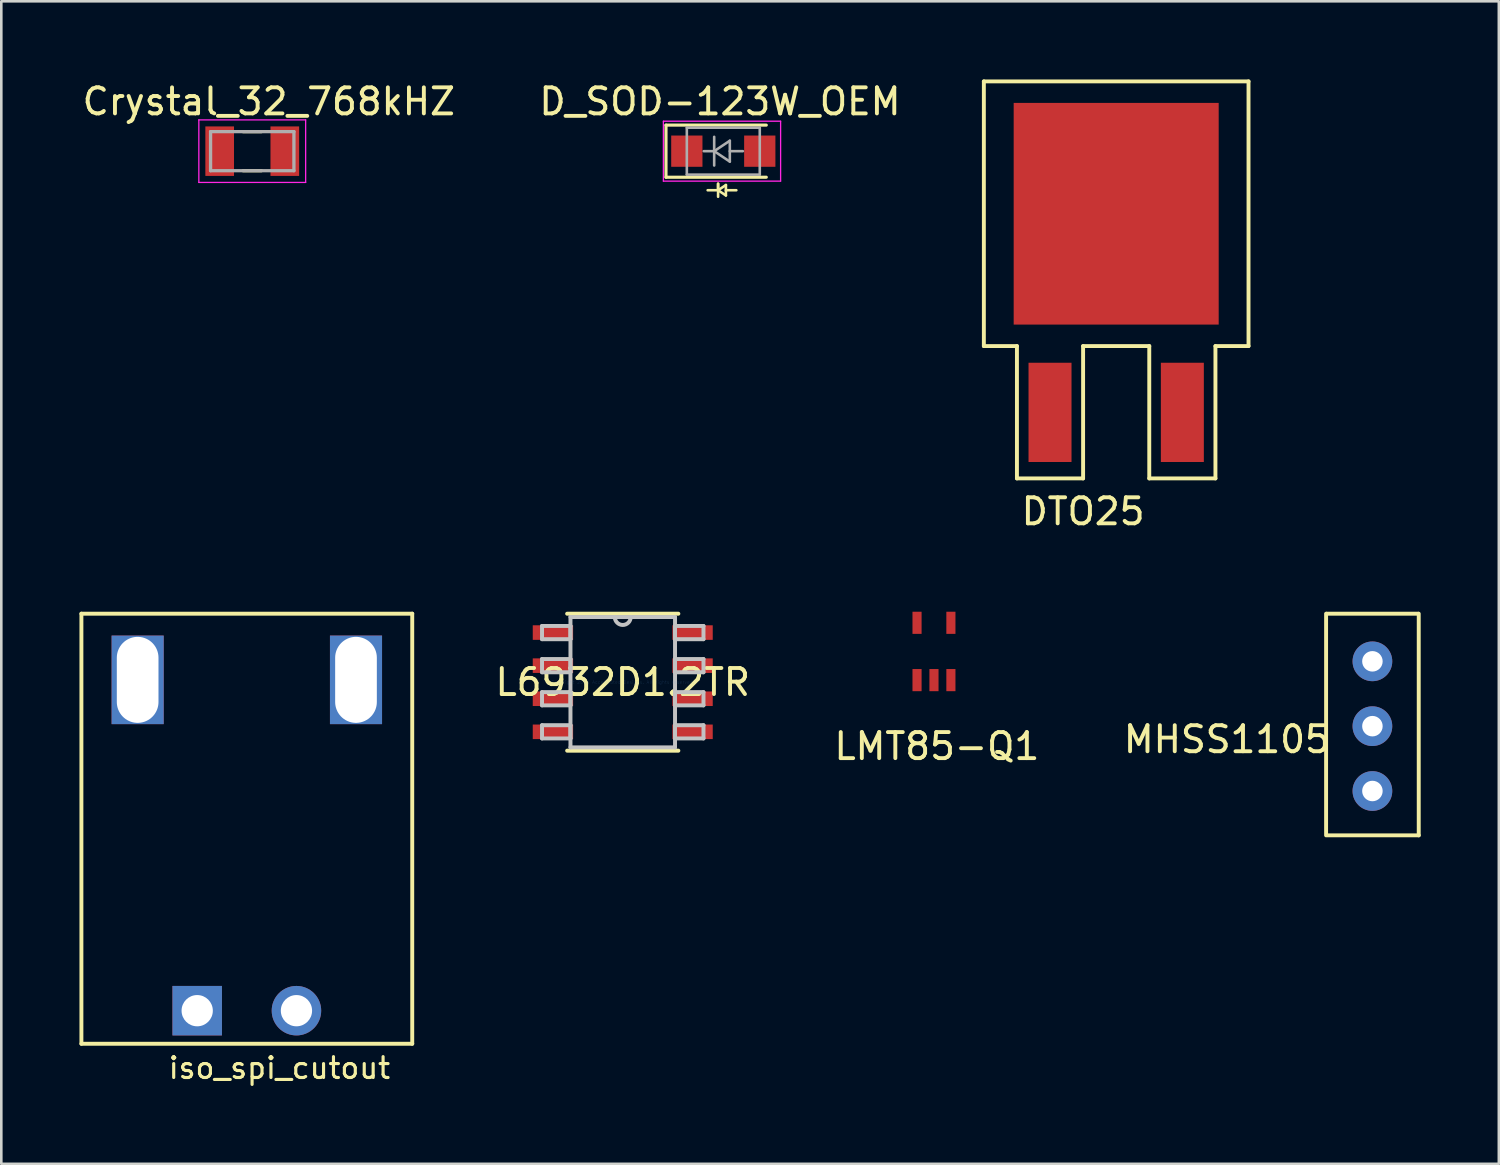
<source format=kicad_pcb>
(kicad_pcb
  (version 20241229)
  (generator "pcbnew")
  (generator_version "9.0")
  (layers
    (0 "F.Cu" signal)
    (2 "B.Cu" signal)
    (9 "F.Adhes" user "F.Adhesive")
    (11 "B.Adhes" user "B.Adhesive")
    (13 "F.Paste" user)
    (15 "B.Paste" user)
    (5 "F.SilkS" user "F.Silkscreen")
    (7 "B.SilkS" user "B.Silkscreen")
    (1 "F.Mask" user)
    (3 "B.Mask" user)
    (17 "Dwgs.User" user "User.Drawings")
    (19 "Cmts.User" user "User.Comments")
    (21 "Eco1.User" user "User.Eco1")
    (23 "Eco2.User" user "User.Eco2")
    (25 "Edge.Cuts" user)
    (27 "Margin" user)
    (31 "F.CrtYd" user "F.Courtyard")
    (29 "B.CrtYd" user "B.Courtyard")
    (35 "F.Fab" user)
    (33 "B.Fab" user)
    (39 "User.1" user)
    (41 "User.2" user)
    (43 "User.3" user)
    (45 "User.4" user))
  (footprint "iso_spi_cutout"
    (layer "F.Cu")
    (at 6.425 35.748)
    (property "Reference" "iso_spi_cutout" (at 1.25 2.2 0) (layer "F.SilkS") (effects (font (size 0.8 0.8) (thickness 0.12))))
    (attr through_hole)
    (fp_line (start -6.35 -15.24) (end 6.35 -15.24) (stroke (width 0.15) (type solid)) (layer "F.SilkS"))
    (fp_line (start -6.35 1.27) (end -6.35 -15.24) (stroke (width 0.15) (type solid)) (layer "F.SilkS"))
    (fp_line (start 6.35 -15.24) (end 6.35 1.27) (stroke (width 0.15) (type solid)) (layer "F.SilkS"))
    (fp_line (start 6.35 1.27) (end -6.35 1.27) (stroke (width 0.15) (type solid)) (layer "F.SilkS"))
    (pad "" np_thru_hole rect (at -4.191 -12.7) (size 2 3.4) (drill oval 1.6 3.302) (layers "*.Cu" "*.Mask"))
    (pad "" np_thru_hole rect (at 4.191 -12.7) (size 2 3.4) (drill oval 1.6 3.302) (layers "*.Cu" "*.Mask"))
    (pad "1" thru_hole rect (at -1.905 0) (size 1.9 1.9) (drill 1.2) (layers "*.Cu" "*.Mask"))
    (pad "2" thru_hole circle (at 1.905 0) (size 1.9 1.9) (drill 1.2) (layers "*.Cu" "*.Mask")))
  (footprint "DTO25"
    (layer "F.Cu")
    (at 39.798 5.155)
    (property "Reference" "DTO25" (at -1.27 11.43 0) (layer "F.SilkS") (effects (font (size 1 1) (thickness 0.15))))
    (attr through_hole)
    (fp_line (start -5.08 -5.08) (end 5.08 -5.08) (stroke (width 0.15) (type solid)) (layer "F.SilkS"))
    (fp_line (start -5.08 5.08) (end -5.08 -5.08) (stroke (width 0.15) (type solid)) (layer "F.SilkS"))
    (fp_line (start -3.81 5.08) (end -5.08 5.08) (stroke (width 0.15) (type solid)) (layer "F.SilkS"))
    (fp_line (start -3.81 10.16) (end -3.81 5.08) (stroke (width 0.15) (type solid)) (layer "F.SilkS"))
    (fp_line (start -1.27 5.08) (end -1.27 10.16) (stroke (width 0.15) (type solid)) (layer "F.SilkS"))
    (fp_line (start -1.27 10.16) (end -3.81 10.16) (stroke (width 0.15) (type solid)) (layer "F.SilkS"))
    (fp_line (start 1.27 5.08) (end -1.27 5.08) (stroke (width 0.15) (type solid)) (layer "F.SilkS"))
    (fp_line (start 1.27 10.16) (end 1.27 5.08) (stroke (width 0.15) (type solid)) (layer "F.SilkS"))
    (fp_line (start 3.81 5.08) (end 3.81 10.16) (stroke (width 0.15) (type solid)) (layer "F.SilkS"))
    (fp_line (start 3.81 10.16) (end 1.27 10.16) (stroke (width 0.15) (type solid)) (layer "F.SilkS"))
    (fp_line (start 5.08 -5.08) (end 5.08 5.08) (stroke (width 0.15) (type solid)) (layer "F.SilkS"))
    (fp_line (start 5.08 5.08) (end 3.81 5.08) (stroke (width 0.15) (type solid)) (layer "F.SilkS"))
    (pad "1" smd rect (at 0 0) (size 7.87 8.51) (layers "F.Cu" "F.Mask" "F.Paste"))
    (pad "2" smd rect (at 2.54 7.625) (size 1.65 3.81) (layers "F.Cu" "F.Mask" "F.Paste"))
    (pad "3" smd rect (at -2.54 7.625) (size 1.65 3.81) (layers "F.Cu" "F.Mask" "F.Paste")))
  (footprint "LMT85-Q1"
    (layer "F.Cu")
    (at 32.153 23.058)
    (property "Reference" "LMT85-Q1" (at 0.762 2.54 0) (layer "F.SilkS") (effects (font (size 1 1) (thickness 0.15))))
    (attr through_hole)
    (pad "1" smd rect (at 0 -2.2) (size 0.35 0.85) (layers "F.Cu" "F.Mask" "F.Paste"))
    (pad "2" smd rect (at 0 0) (size 0.35 0.85) (layers "F.Cu" "F.Mask" "F.Paste"))
    (pad "3" smd rect (at 0.65 0) (size 0.35 0.85) (layers "F.Cu" "F.Mask" "F.Paste"))
    (pad "4" smd rect (at 1.3 0) (size 0.35 0.85) (layers "F.Cu" "F.Mask" "F.Paste"))
    (pad "5" smd rect (at 1.3 -2.2) (size 0.35 0.85) (layers "F.Cu" "F.Mask" "F.Paste")))
  (footprint "D_SOD-123W_OEM"
    (layer "F.Cu")
    (at 24.716 2.753)
    (property "Reference" "D_SOD-123W_OEM" (at -0.127 -1.905 0) (layer "F.SilkS") (effects (font (size 1 1) (thickness 0.15))))
    (attr smd)
    (fp_line (start -2.2 -1) (end -2.2 1) (stroke (width 0.12) (type solid)) (layer "F.SilkS"))
    (fp_line (start -2.2 -1) (end 1.65 -1) (stroke (width 0.12) (type solid)) (layer "F.SilkS"))
    (fp_line (start -2.2 1) (end 1.65 1) (stroke (width 0.12) (type solid)) (layer "F.SilkS"))
    (fp_line (start -0.6 1.5) (end -0.2 1.5) (stroke (width 0.1) (type solid)) (layer "F.SilkS"))
    (fp_line (start -0.2 1.25) (end -0.2 1.75) (stroke (width 0.1) (type solid)) (layer "F.SilkS"))
    (fp_line (start -0.2 1.5) (end -0.2 1.25) (stroke (width 0.1) (type solid)) (layer "F.SilkS"))
    (fp_line (start -0.2 1.5) (end 0.1 1.3) (stroke (width 0.1) (type solid)) (layer "F.SilkS"))
    (fp_line (start 0.1 1.3) (end 0.1 1.7) (stroke (width 0.1) (type solid)) (layer "F.SilkS"))
    (fp_line (start 0.1 1.5) (end 0.5 1.5) (stroke (width 0.1) (type solid)) (layer "F.SilkS"))
    (fp_line (start 0.1 1.7) (end -0.2 1.5) (stroke (width 0.1) (type solid)) (layer "F.SilkS"))
    (fp_line (start -2.3 -1.15) (end -2.3 1.15) (stroke (width 0.05) (type solid)) (layer "F.CrtYd"))
    (fp_line (start -2.3 -1.15) (end 2.2 -1.15) (stroke (width 0.05) (type solid)) (layer "F.CrtYd"))
    (fp_line (start 2.2 -1.15) (end 2.2 1.15) (stroke (width 0.05) (type solid)) (layer "F.CrtYd"))
    (fp_line (start 2.2 1.15) (end -2.3 1.15) (stroke (width 0.05) (type solid)) (layer "F.CrtYd"))
    (fp_line (start -1.4 -0.9) (end 1.4 -0.9) (stroke (width 0.1) (type solid)) (layer "F.Fab"))
    (fp_line (start -1.4 0.9) (end -1.4 -0.9) (stroke (width 0.1) (type solid)) (layer "F.Fab"))
    (fp_line (start -0.75 0) (end -0.35 0) (stroke (width 0.1) (type solid)) (layer "F.Fab"))
    (fp_line (start -0.35 0) (end -0.35 -0.55) (stroke (width 0.1) (type solid)) (layer "F.Fab"))
    (fp_line (start -0.35 0) (end -0.35 0.55) (stroke (width 0.1) (type solid)) (layer "F.Fab"))
    (fp_line (start -0.35 0) (end 0.25 -0.4) (stroke (width 0.1) (type solid)) (layer "F.Fab"))
    (fp_line (start 0.25 -0.4) (end 0.25 0.4) (stroke (width 0.1) (type solid)) (layer "F.Fab"))
    (fp_line (start 0.25 0) (end 0.75 0) (stroke (width 0.1) (type solid)) (layer "F.Fab"))
    (fp_line (start 0.25 0.4) (end -0.35 0) (stroke (width 0.1) (type solid)) (layer "F.Fab"))
    (fp_line (start 1.4 -0.9) (end 1.4 0.9) (stroke (width 0.1) (type solid)) (layer "F.Fab"))
    (fp_line (start 1.4 0.9) (end -1.4 0.9) (stroke (width 0.1) (type solid)) (layer "F.Fab"))
    (pad "1" smd rect (at -1.4 0) (size 1.2 1.2) (layers "F.Cu" "F.Mask" "F.Paste"))
    (pad "2" smd rect (at 1.4 0) (size 1.2 1.2) (layers "F.Cu" "F.Mask" "F.Paste")))
  (footprint "L6932D1.2TR"
    (layer "F.Cu")
    (at 20.856 23.138)
    (property "Reference" "L6932D1.2TR" (at 0 0 0) (layer "F.SilkS") (effects (font (size 1 1) (thickness 0.15))))
    (attr through_hole)
    (fp_line (start -2.134 2.629) (end 2.134 2.629) (stroke (width 0.152) (type solid)) (layer "F.SilkS"))
    (fp_line (start 2.134 -2.629) (end -2.134 -2.629) (stroke (width 0.152) (type solid)) (layer "F.SilkS"))
    (fp_line (start -3.099 -2.159) (end -3.099 -1.651) (stroke (width 0.152) (type solid)) (layer "Dwgs.User"))
    (fp_line (start -3.099 -1.651) (end -2.007 -1.651) (stroke (width 0.152) (type solid)) (layer "Dwgs.User"))
    (fp_line (start -3.099 -0.889) (end -3.099 -0.381) (stroke (width 0.152) (type solid)) (layer "Dwgs.User"))
    (fp_line (start -3.099 -0.381) (end -2.007 -0.381) (stroke (width 0.152) (type solid)) (layer "Dwgs.User"))
    (fp_line (start -3.099 0.381) (end -3.099 0.889) (stroke (width 0.152) (type solid)) (layer "Dwgs.User"))
    (fp_line (start -3.099 0.889) (end -2.007 0.889) (stroke (width 0.152) (type solid)) (layer "Dwgs.User"))
    (fp_line (start -3.099 1.651) (end -3.099 2.159) (stroke (width 0.152) (type solid)) (layer "Dwgs.User"))
    (fp_line (start -3.099 2.159) (end -2.007 2.159) (stroke (width 0.152) (type solid)) (layer "Dwgs.User"))
    (fp_line (start -2.007 -2.502) (end -2.007 2.502) (stroke (width 0.152) (type solid)) (layer "Dwgs.User"))
    (fp_line (start -2.007 -2.159) (end -3.099 -2.159) (stroke (width 0.152) (type solid)) (layer "Dwgs.User"))
    (fp_line (start -2.007 -1.651) (end -2.007 -2.159) (stroke (width 0.152) (type solid)) (layer "Dwgs.User"))
    (fp_line (start -2.007 -0.889) (end -3.099 -0.889) (stroke (width 0.152) (type solid)) (layer "Dwgs.User"))
    (fp_line (start -2.007 -0.381) (end -2.007 -0.889) (stroke (width 0.152) (type solid)) (layer "Dwgs.User"))
    (fp_line (start -2.007 0.381) (end -3.099 0.381) (stroke (width 0.152) (type solid)) (layer "Dwgs.User"))
    (fp_line (start -2.007 0.889) (end -2.007 0.381) (stroke (width 0.152) (type solid)) (layer "Dwgs.User"))
    (fp_line (start -2.007 1.651) (end -3.099 1.651) (stroke (width 0.152) (type solid)) (layer "Dwgs.User"))
    (fp_line (start -2.007 2.159) (end -2.007 1.651) (stroke (width 0.152) (type solid)) (layer "Dwgs.User"))
    (fp_line (start -2.007 2.502) (end 2.007 2.502) (stroke (width 0.152) (type solid)) (layer "Dwgs.User"))
    (fp_line (start 2.007 -2.502) (end -2.007 -2.502) (stroke (width 0.152) (type solid)) (layer "Dwgs.User"))
    (fp_line (start 2.007 -2.159) (end 2.007 -1.651) (stroke (width 0.152) (type solid)) (layer "Dwgs.User"))
    (fp_line (start 2.007 -1.651) (end 3.099 -1.651) (stroke (width 0.152) (type solid)) (layer "Dwgs.User"))
    (fp_line (start 2.007 -0.889) (end 2.007 -0.381) (stroke (width 0.152) (type solid)) (layer "Dwgs.User"))
    (fp_line (start 2.007 -0.381) (end 3.099 -0.381) (stroke (width 0.152) (type solid)) (layer "Dwgs.User"))
    (fp_line (start 2.007 0.381) (end 2.007 0.889) (stroke (width 0.152) (type solid)) (layer "Dwgs.User"))
    (fp_line (start 2.007 0.889) (end 3.099 0.889) (stroke (width 0.152) (type solid)) (layer "Dwgs.User"))
    (fp_line (start 2.007 1.651) (end 2.007 2.159) (stroke (width 0.152) (type solid)) (layer "Dwgs.User"))
    (fp_line (start 2.007 2.159) (end 3.099 2.159) (stroke (width 0.152) (type solid)) (layer "Dwgs.User"))
    (fp_line (start 2.007 2.502) (end 2.007 -2.502) (stroke (width 0.152) (type solid)) (layer "Dwgs.User"))
    (fp_line (start 3.099 -2.159) (end 2.007 -2.159) (stroke (width 0.152) (type solid)) (layer "Dwgs.User"))
    (fp_line (start 3.099 -1.651) (end 3.099 -2.159) (stroke (width 0.152) (type solid)) (layer "Dwgs.User"))
    (fp_line (start 3.099 -0.889) (end 2.007 -0.889) (stroke (width 0.152) (type solid)) (layer "Dwgs.User"))
    (fp_line (start 3.099 -0.381) (end 3.099 -0.889) (stroke (width 0.152) (type solid)) (layer "Dwgs.User"))
    (fp_line (start 3.099 0.381) (end 2.007 0.381) (stroke (width 0.152) (type solid)) (layer "Dwgs.User"))
    (fp_line (start 3.099 0.889) (end 3.099 0.381) (stroke (width 0.152) (type solid)) (layer "Dwgs.User"))
    (fp_line (start 3.099 1.651) (end 2.007 1.651) (stroke (width 0.152) (type solid)) (layer "Dwgs.User"))
    (fp_line (start 3.099 2.159) (end 3.099 1.651) (stroke (width 0.152) (type solid)) (layer "Dwgs.User"))
    (fp_arc (start 0.3048 -2.5019) (mid 0 -2.1971) (end -0.3048 -2.5019) (stroke (width 0.1524) (type solid)) (layer "Dwgs.User"))
    (fp_text user "Copyright 2016 Accelerated Designs. All rights reserved." (at 0 0 0) (layer "Cmts.User") (effects (font (size 0.127 0.127) (thickness 0.002))))
    (pad "1" smd rect (at -2.68 -1.905) (size 1.549 0.559) (layers "F.Cu" "F.Mask" "F.Paste"))
    (pad "2" smd rect (at -2.68 -0.635) (size 1.549 0.559) (layers "F.Cu" "F.Mask" "F.Paste"))
    (pad "3" smd rect (at -2.68 0.635) (size 1.549 0.559) (layers "F.Cu" "F.Mask" "F.Paste"))
    (pad "4" smd rect (at -2.68 1.905) (size 1.549 0.559) (layers "F.Cu" "F.Mask" "F.Paste"))
    (pad "5" smd rect (at 2.68 1.905) (size 1.549 0.559) (layers "F.Cu" "F.Mask" "F.Paste"))
    (pad "6" smd rect (at 2.68 0.635) (size 1.549 0.559) (layers "F.Cu" "F.Mask" "F.Paste"))
    (pad "7" smd rect (at 2.68 -0.635) (size 1.549 0.559) (layers "F.Cu" "F.Mask" "F.Paste"))
    (pad "8" smd rect (at 2.68 -1.905) (size 1.549 0.559) (layers "F.Cu" "F.Mask" "F.Paste")))
  (footprint "Crystal_32_768kHZ"
    (layer "F.Cu")
    (at 6.633 2.753)
    (property "Reference" "Crystal_32_768kHZ" (at 0.635 -1.905 0) (layer "F.SilkS") (effects (font (size 1 1) (thickness 0.15))))
    (attr through_hole)
    (fp_line (start -0.35 -0.75) (end 0.35 -0.75) (stroke (width 0.127) (type solid)) (layer "F.SilkS"))
    (fp_line (start -0.35 0.75) (end 0.35 0.75) (stroke (width 0.127) (type solid)) (layer "F.SilkS"))
    (fp_line (start -2.05 -1.2) (end 2.05 -1.2) (stroke (width 0.05) (type solid)) (layer "F.CrtYd"))
    (fp_line (start -2.05 1.2) (end -2.05 -1.2) (stroke (width 0.05) (type solid)) (layer "F.CrtYd"))
    (fp_line (start 2.05 -1.2) (end 2.05 1.2) (stroke (width 0.05) (type solid)) (layer "F.CrtYd"))
    (fp_line (start 2.05 1.2) (end -2.05 1.2) (stroke (width 0.05) (type solid)) (layer "F.CrtYd"))
    (fp_line (start -1.6 -0.75) (end 1.6 -0.75) (stroke (width 0.127) (type solid)) (layer "F.Fab"))
    (fp_line (start -1.6 0.75) (end -1.6 -0.75) (stroke (width 0.127) (type solid)) (layer "F.Fab"))
    (fp_line (start 1.6 -0.75) (end 1.6 0.75) (stroke (width 0.127) (type solid)) (layer "F.Fab"))
    (fp_line (start 1.6 0.75) (end -1.6 0.75) (stroke (width 0.127) (type solid)) (layer "F.Fab"))
    (pad "1" smd rect (at -1.25 0) (size 1.1 1.9) (layers "F.Cu" "F.Mask" "F.Paste"))
    (pad "2" smd rect (at 1.25 0) (size 1.1 1.9) (layers "F.Cu" "F.Mask" "F.Paste")))
  (footprint "MHSS1105"
    (layer "F.Cu")
    (at 49.634 24.826)
    (property "Reference" "MHSS1105" (at -5.588 0.508 0) (layer "F.SilkS") (effects (font (size 1 1) (thickness 0.15))))
    (attr through_hole)
    (fp_line (start -1.778 -4.318) (end -1.778 4.191) (stroke (width 0.15) (type solid)) (layer "F.SilkS"))
    (fp_line (start -1.753 -4.318) (end 1.753 -4.318) (stroke (width 0.15) (type solid)) (layer "F.SilkS"))
    (fp_line (start -1.727 4.191) (end 1.778 4.191) (stroke (width 0.15) (type solid)) (layer "F.SilkS"))
    (fp_line (start 1.778 -4.318) (end 1.778 4.191) (stroke (width 0.15) (type solid)) (layer "F.SilkS"))
    (pad "1" thru_hole circle (at 0 -2.489) (size 1.524 1.524) (drill 0.787) (layers "*.Cu" "*.Mask"))
    (pad "2" thru_hole circle (at 0 0) (size 1.524 1.524) (drill 0.787) (layers "*.Cu" "*.Mask"))
    (pad "3" thru_hole circle (at 0 2.489) (size 1.524 1.524) (drill 0.787) (layers "*.Cu" "*.Mask")))
  (gr_rect
    (start -3 -3)
    (end 54.487 41.627)
    (stroke (width 0.1) (type default))
    (fill no)
    (layer "Edge.Cuts")))
</source>
